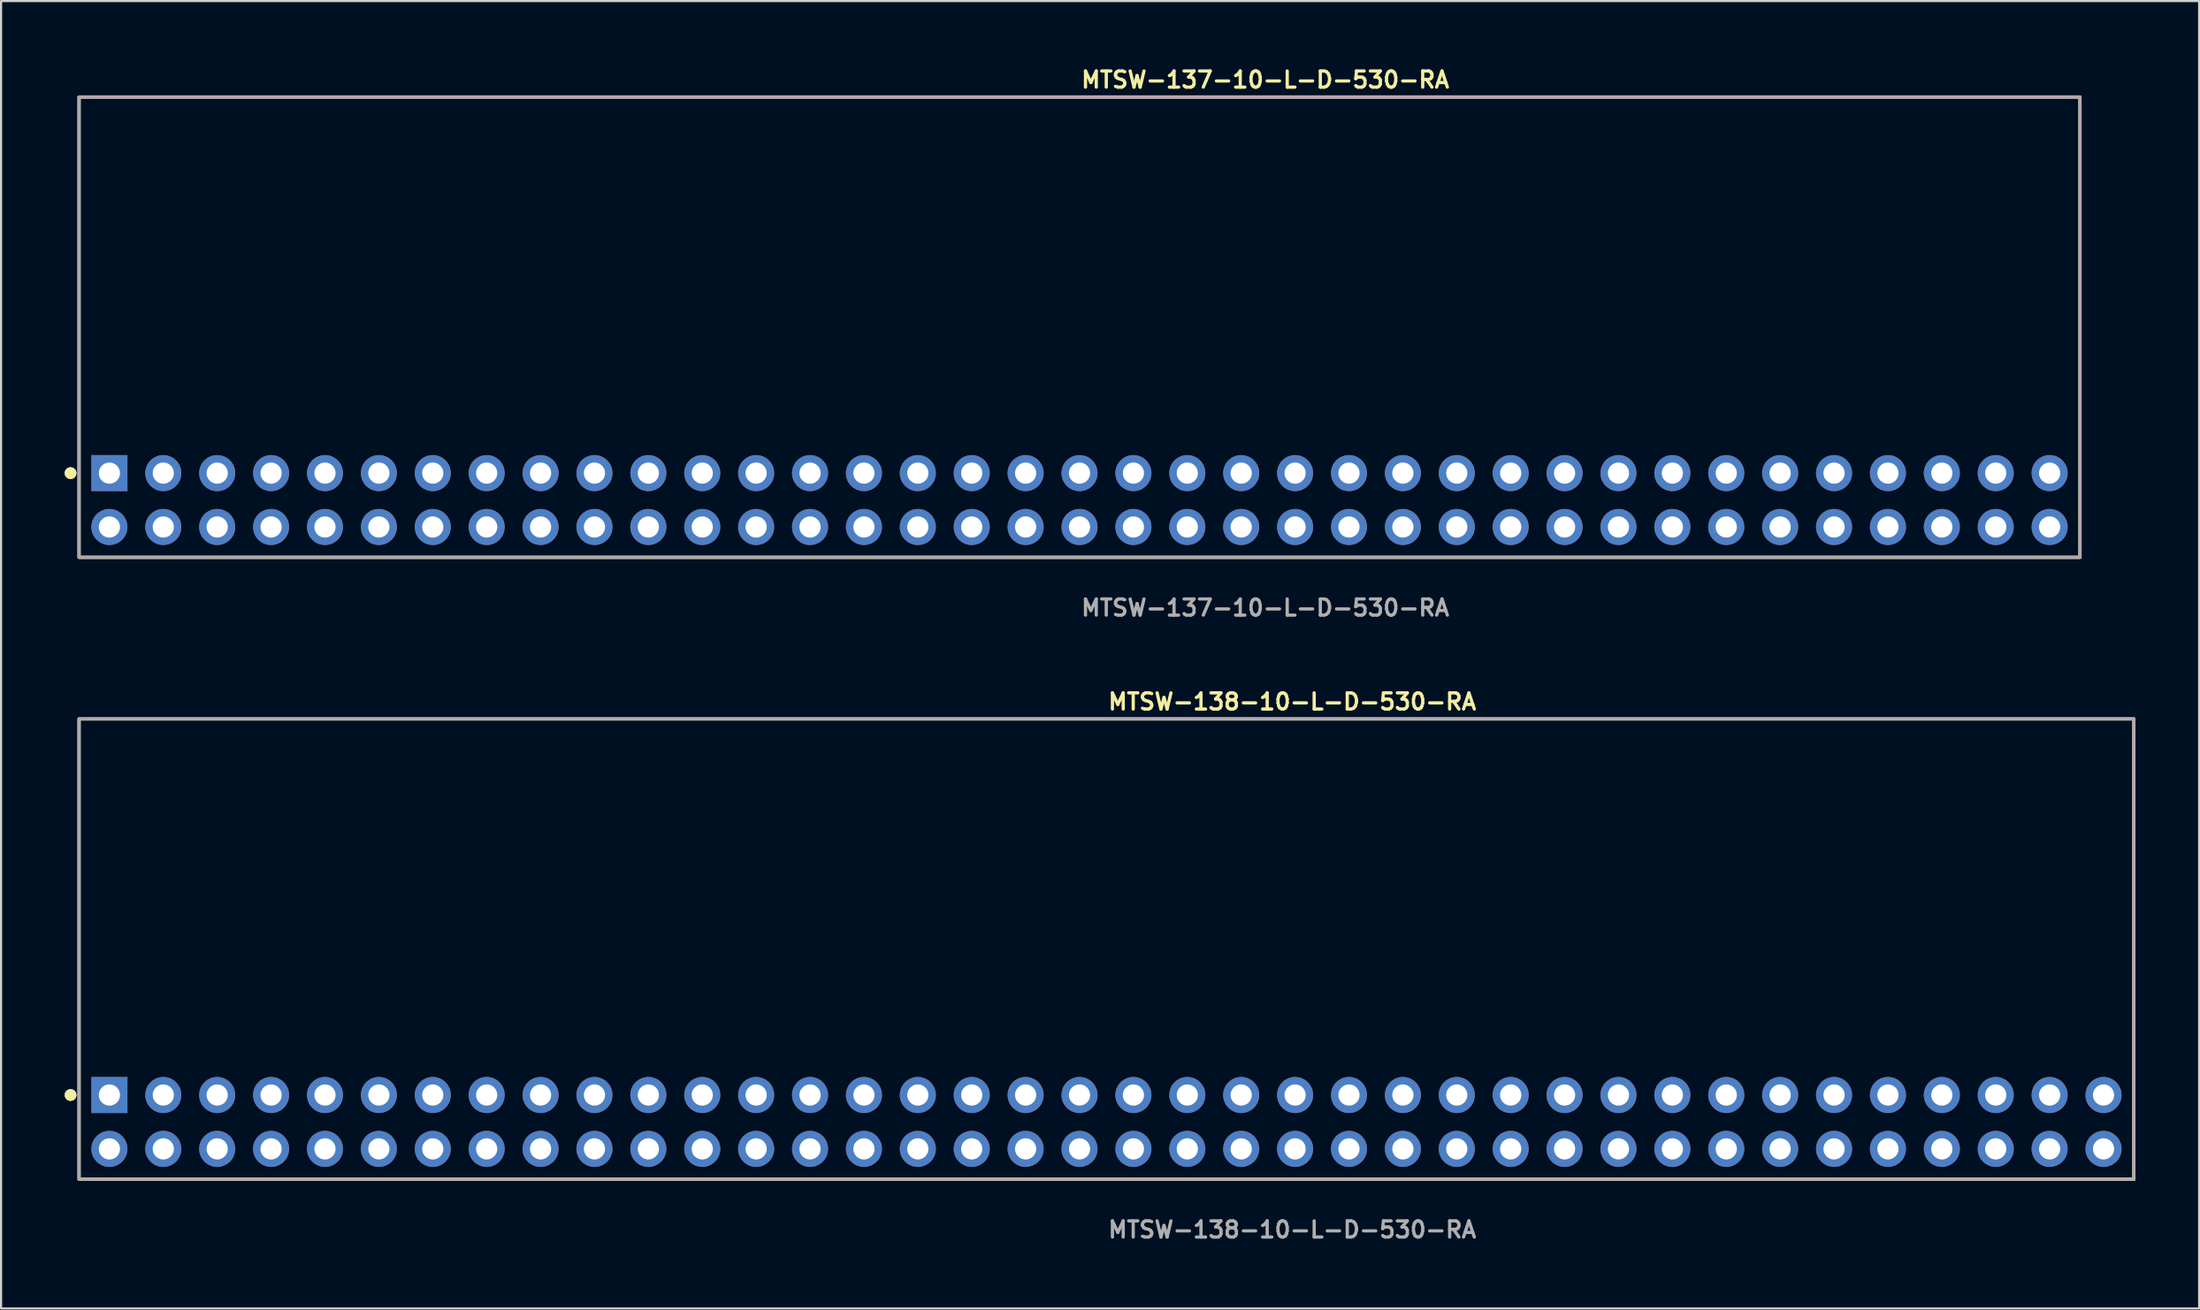
<source format=kicad_pcb>
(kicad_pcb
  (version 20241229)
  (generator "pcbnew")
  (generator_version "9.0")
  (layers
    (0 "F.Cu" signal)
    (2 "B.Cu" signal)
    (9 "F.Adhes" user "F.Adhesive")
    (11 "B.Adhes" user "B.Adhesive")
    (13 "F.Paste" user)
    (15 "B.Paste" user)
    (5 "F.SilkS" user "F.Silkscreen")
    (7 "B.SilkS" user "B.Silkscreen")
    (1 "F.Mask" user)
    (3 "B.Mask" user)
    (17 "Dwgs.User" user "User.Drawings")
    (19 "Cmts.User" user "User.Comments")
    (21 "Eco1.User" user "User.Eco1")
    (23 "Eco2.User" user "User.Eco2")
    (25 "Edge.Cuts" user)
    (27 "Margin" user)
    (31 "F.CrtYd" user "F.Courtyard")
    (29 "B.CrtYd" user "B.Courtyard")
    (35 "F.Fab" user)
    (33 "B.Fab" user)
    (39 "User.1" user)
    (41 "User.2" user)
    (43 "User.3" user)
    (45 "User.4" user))
  (footprint "MTSW-138-10-L-D-530-RA"
    (layer "F.Cu")
    (at 49.096 49.844)
    (property "Reference" "MTSW-138-10-L-D-530-RA" (at 0 -19.812 0) (unlocked yes) (layer "F.SilkS") (effects (font (size 0.762 0.762) (thickness 0.152)) (justify left)))
    (fp_rect (start -48.42 2.7) (end 48.42 -19) (stroke (width 0.152) (type solid)) (fill no) (layer "F.SilkS"))
    (fp_circle (center -48.82 -1.27) (end -49.02 -1.27) (stroke (width 0.152) (type solid)) (fill yes) (layer "F.SilkS"))
    (fp_circle (center -48.82 -1.27) (end -49.02 -1.27) (stroke (width 0.152) (type solid)) (fill yes) (layer "F.SilkS"))
    (fp_rect (start -48.42 2.7) (end 48.42 -19) (stroke (width 0.006) (type solid)) (fill no) (layer "F.CrtYd"))
    (fp_rect (start -48.42 2.7) (end 48.42 -19) (stroke (width 0.152) (type solid)) (fill no) (layer "F.Fab"))
    (fp_text user "${REFERENCE}" (at 0 5.08 0) (unlocked yes) (layer "F.Fab") (effects (font (size 0.762 0.762) (thickness 0.152)) (justify left)))
    (pad "1" thru_hole rect (at -46.99 -1.27) (size 1.7 1.7) (drill 1) (layers "*.Cu" "*.Mask"))
    (pad "2" thru_hole circle (at -46.99 1.27) (size 1.7 1.7) (drill 1) (layers "*.Cu" "*.Mask"))
    (pad "3" thru_hole circle (at -44.45 -1.27) (size 1.7 1.7) (drill 1) (layers "*.Cu" "*.Mask"))
    (pad "4" thru_hole circle (at -44.45 1.27) (size 1.7 1.7) (drill 1) (layers "*.Cu" "*.Mask"))
    (pad "5" thru_hole circle (at -41.91 -1.27) (size 1.7 1.7) (drill 1) (layers "*.Cu" "*.Mask"))
    (pad "6" thru_hole circle (at -41.91 1.27) (size 1.7 1.7) (drill 1) (layers "*.Cu" "*.Mask"))
    (pad "7" thru_hole circle (at -39.37 -1.27) (size 1.7 1.7) (drill 1) (layers "*.Cu" "*.Mask"))
    (pad "8" thru_hole circle (at -39.37 1.27) (size 1.7 1.7) (drill 1) (layers "*.Cu" "*.Mask"))
    (pad "9" thru_hole circle (at -36.83 -1.27) (size 1.7 1.7) (drill 1) (layers "*.Cu" "*.Mask"))
    (pad "10" thru_hole circle (at -36.83 1.27) (size 1.7 1.7) (drill 1) (layers "*.Cu" "*.Mask"))
    (pad "11" thru_hole circle (at -34.29 -1.27) (size 1.7 1.7) (drill 1) (layers "*.Cu" "*.Mask"))
    (pad "12" thru_hole circle (at -34.29 1.27) (size 1.7 1.7) (drill 1) (layers "*.Cu" "*.Mask"))
    (pad "13" thru_hole circle (at -31.75 -1.27) (size 1.7 1.7) (drill 1) (layers "*.Cu" "*.Mask"))
    (pad "14" thru_hole circle (at -31.75 1.27) (size 1.7 1.7) (drill 1) (layers "*.Cu" "*.Mask"))
    (pad "15" thru_hole circle (at -29.21 -1.27) (size 1.7 1.7) (drill 1) (layers "*.Cu" "*.Mask"))
    (pad "16" thru_hole circle (at -29.21 1.27) (size 1.7 1.7) (drill 1) (layers "*.Cu" "*.Mask"))
    (pad "17" thru_hole circle (at -26.67 -1.27) (size 1.7 1.7) (drill 1) (layers "*.Cu" "*.Mask"))
    (pad "18" thru_hole circle (at -26.67 1.27) (size 1.7 1.7) (drill 1) (layers "*.Cu" "*.Mask"))
    (pad "19" thru_hole circle (at -24.13 -1.27) (size 1.7 1.7) (drill 1) (layers "*.Cu" "*.Mask"))
    (pad "20" thru_hole circle (at -24.13 1.27) (size 1.7 1.7) (drill 1) (layers "*.Cu" "*.Mask"))
    (pad "21" thru_hole circle (at -21.59 -1.27) (size 1.7 1.7) (drill 1) (layers "*.Cu" "*.Mask"))
    (pad "22" thru_hole circle (at -21.59 1.27) (size 1.7 1.7) (drill 1) (layers "*.Cu" "*.Mask"))
    (pad "23" thru_hole circle (at -19.05 -1.27) (size 1.7 1.7) (drill 1) (layers "*.Cu" "*.Mask"))
    (pad "24" thru_hole circle (at -19.05 1.27) (size 1.7 1.7) (drill 1) (layers "*.Cu" "*.Mask"))
    (pad "25" thru_hole circle (at -16.51 -1.27) (size 1.7 1.7) (drill 1) (layers "*.Cu" "*.Mask"))
    (pad "26" thru_hole circle (at -16.51 1.27) (size 1.7 1.7) (drill 1) (layers "*.Cu" "*.Mask"))
    (pad "27" thru_hole circle (at -13.97 -1.27) (size 1.7 1.7) (drill 1) (layers "*.Cu" "*.Mask"))
    (pad "28" thru_hole circle (at -13.97 1.27) (size 1.7 1.7) (drill 1) (layers "*.Cu" "*.Mask"))
    (pad "29" thru_hole circle (at -11.43 -1.27) (size 1.7 1.7) (drill 1) (layers "*.Cu" "*.Mask"))
    (pad "30" thru_hole circle (at -11.43 1.27) (size 1.7 1.7) (drill 1) (layers "*.Cu" "*.Mask"))
    (pad "31" thru_hole circle (at -8.89 -1.27) (size 1.7 1.7) (drill 1) (layers "*.Cu" "*.Mask"))
    (pad "32" thru_hole circle (at -8.89 1.27) (size 1.7 1.7) (drill 1) (layers "*.Cu" "*.Mask"))
    (pad "33" thru_hole circle (at -6.35 -1.27) (size 1.7 1.7) (drill 1) (layers "*.Cu" "*.Mask"))
    (pad "34" thru_hole circle (at -6.35 1.27) (size 1.7 1.7) (drill 1) (layers "*.Cu" "*.Mask"))
    (pad "35" thru_hole circle (at -3.81 -1.27) (size 1.7 1.7) (drill 1) (layers "*.Cu" "*.Mask"))
    (pad "36" thru_hole circle (at -3.81 1.27) (size 1.7 1.7) (drill 1) (layers "*.Cu" "*.Mask"))
    (pad "37" thru_hole circle (at -1.27 -1.27) (size 1.7 1.7) (drill 1) (layers "*.Cu" "*.Mask"))
    (pad "38" thru_hole circle (at -1.27 1.27) (size 1.7 1.7) (drill 1) (layers "*.Cu" "*.Mask"))
    (pad "39" thru_hole circle (at 1.27 -1.27) (size 1.7 1.7) (drill 1) (layers "*.Cu" "*.Mask"))
    (pad "40" thru_hole circle (at 1.27 1.27) (size 1.7 1.7) (drill 1) (layers "*.Cu" "*.Mask"))
    (pad "41" thru_hole circle (at 3.81 -1.27) (size 1.7 1.7) (drill 1) (layers "*.Cu" "*.Mask"))
    (pad "42" thru_hole circle (at 3.81 1.27) (size 1.7 1.7) (drill 1) (layers "*.Cu" "*.Mask"))
    (pad "43" thru_hole circle (at 6.35 -1.27) (size 1.7 1.7) (drill 1) (layers "*.Cu" "*.Mask"))
    (pad "44" thru_hole circle (at 6.35 1.27) (size 1.7 1.7) (drill 1) (layers "*.Cu" "*.Mask"))
    (pad "45" thru_hole circle (at 8.89 -1.27) (size 1.7 1.7) (drill 1) (layers "*.Cu" "*.Mask"))
    (pad "46" thru_hole circle (at 8.89 1.27) (size 1.7 1.7) (drill 1) (layers "*.Cu" "*.Mask"))
    (pad "47" thru_hole circle (at 11.43 -1.27) (size 1.7 1.7) (drill 1) (layers "*.Cu" "*.Mask"))
    (pad "48" thru_hole circle (at 11.43 1.27) (size 1.7 1.7) (drill 1) (layers "*.Cu" "*.Mask"))
    (pad "49" thru_hole circle (at 13.97 -1.27) (size 1.7 1.7) (drill 1) (layers "*.Cu" "*.Mask"))
    (pad "50" thru_hole circle (at 13.97 1.27) (size 1.7 1.7) (drill 1) (layers "*.Cu" "*.Mask"))
    (pad "51" thru_hole circle (at 16.51 -1.27) (size 1.7 1.7) (drill 1) (layers "*.Cu" "*.Mask"))
    (pad "52" thru_hole circle (at 16.51 1.27) (size 1.7 1.7) (drill 1) (layers "*.Cu" "*.Mask"))
    (pad "53" thru_hole circle (at 19.05 -1.27) (size 1.7 1.7) (drill 1) (layers "*.Cu" "*.Mask"))
    (pad "54" thru_hole circle (at 19.05 1.27) (size 1.7 1.7) (drill 1) (layers "*.Cu" "*.Mask"))
    (pad "55" thru_hole circle (at 21.59 -1.27) (size 1.7 1.7) (drill 1) (layers "*.Cu" "*.Mask"))
    (pad "56" thru_hole circle (at 21.59 1.27) (size 1.7 1.7) (drill 1) (layers "*.Cu" "*.Mask"))
    (pad "57" thru_hole circle (at 24.13 -1.27) (size 1.7 1.7) (drill 1) (layers "*.Cu" "*.Mask"))
    (pad "58" thru_hole circle (at 24.13 1.27) (size 1.7 1.7) (drill 1) (layers "*.Cu" "*.Mask"))
    (pad "59" thru_hole circle (at 26.67 -1.27) (size 1.7 1.7) (drill 1) (layers "*.Cu" "*.Mask"))
    (pad "60" thru_hole circle (at 26.67 1.27) (size 1.7 1.7) (drill 1) (layers "*.Cu" "*.Mask"))
    (pad "61" thru_hole circle (at 29.21 -1.27) (size 1.7 1.7) (drill 1) (layers "*.Cu" "*.Mask"))
    (pad "62" thru_hole circle (at 29.21 1.27) (size 1.7 1.7) (drill 1) (layers "*.Cu" "*.Mask"))
    (pad "63" thru_hole circle (at 31.75 -1.27) (size 1.7 1.7) (drill 1) (layers "*.Cu" "*.Mask"))
    (pad "64" thru_hole circle (at 31.75 1.27) (size 1.7 1.7) (drill 1) (layers "*.Cu" "*.Mask"))
    (pad "65" thru_hole circle (at 34.29 -1.27) (size 1.7 1.7) (drill 1) (layers "*.Cu" "*.Mask"))
    (pad "66" thru_hole circle (at 34.29 1.27) (size 1.7 1.7) (drill 1) (layers "*.Cu" "*.Mask"))
    (pad "67" thru_hole circle (at 36.83 -1.27) (size 1.7 1.7) (drill 1) (layers "*.Cu" "*.Mask"))
    (pad "68" thru_hole circle (at 36.83 1.27) (size 1.7 1.7) (drill 1) (layers "*.Cu" "*.Mask"))
    (pad "69" thru_hole circle (at 39.37 -1.27) (size 1.7 1.7) (drill 1) (layers "*.Cu" "*.Mask"))
    (pad "70" thru_hole circle (at 39.37 1.27) (size 1.7 1.7) (drill 1) (layers "*.Cu" "*.Mask"))
    (pad "71" thru_hole circle (at 41.91 -1.27) (size 1.7 1.7) (drill 1) (layers "*.Cu" "*.Mask"))
    (pad "72" thru_hole circle (at 41.91 1.27) (size 1.7 1.7) (drill 1) (layers "*.Cu" "*.Mask"))
    (pad "73" thru_hole circle (at 44.45 -1.27) (size 1.7 1.7) (drill 1) (layers "*.Cu" "*.Mask"))
    (pad "74" thru_hole circle (at 44.45 1.27) (size 1.7 1.7) (drill 1) (layers "*.Cu" "*.Mask"))
    (pad "75" thru_hole circle (at 46.99 -1.27) (size 1.7 1.7) (drill 1) (layers "*.Cu" "*.Mask"))
    (pad "76" thru_hole circle (at 46.99 1.27) (size 1.7 1.7) (drill 1) (layers "*.Cu" "*.Mask")))
  (footprint "MTSW-137-10-L-D-530-RA"
    (layer "F.Cu")
    (at 47.826 20.525)
    (property "Reference" "MTSW-137-10-L-D-530-RA" (at 0 -19.812 0) (unlocked yes) (layer "F.SilkS") (effects (font (size 0.762 0.762) (thickness 0.152)) (justify left)))
    (fp_rect (start -47.15 2.7) (end 47.15 -19) (stroke (width 0.152) (type solid)) (fill no) (layer "F.SilkS"))
    (fp_circle (center -47.55 -1.27) (end -47.75 -1.27) (stroke (width 0.152) (type solid)) (fill yes) (layer "F.SilkS"))
    (fp_circle (center -47.55 -1.27) (end -47.75 -1.27) (stroke (width 0.152) (type solid)) (fill yes) (layer "F.SilkS"))
    (fp_rect (start -47.15 2.7) (end 47.15 -19) (stroke (width 0.006) (type solid)) (fill no) (layer "F.CrtYd"))
    (fp_rect (start -47.15 2.7) (end 47.15 -19) (stroke (width 0.152) (type solid)) (fill no) (layer "F.Fab"))
    (fp_text user "${REFERENCE}" (at 0 5.08 0) (unlocked yes) (layer "F.Fab") (effects (font (size 0.762 0.762) (thickness 0.152)) (justify left)))
    (pad "1" thru_hole rect (at -45.72 -1.27) (size 1.7 1.7) (drill 1) (layers "*.Cu" "*.Mask"))
    (pad "2" thru_hole circle (at -45.72 1.27) (size 1.7 1.7) (drill 1) (layers "*.Cu" "*.Mask"))
    (pad "3" thru_hole circle (at -43.18 -1.27) (size 1.7 1.7) (drill 1) (layers "*.Cu" "*.Mask"))
    (pad "4" thru_hole circle (at -43.18 1.27) (size 1.7 1.7) (drill 1) (layers "*.Cu" "*.Mask"))
    (pad "5" thru_hole circle (at -40.64 -1.27) (size 1.7 1.7) (drill 1) (layers "*.Cu" "*.Mask"))
    (pad "6" thru_hole circle (at -40.64 1.27) (size 1.7 1.7) (drill 1) (layers "*.Cu" "*.Mask"))
    (pad "7" thru_hole circle (at -38.1 -1.27) (size 1.7 1.7) (drill 1) (layers "*.Cu" "*.Mask"))
    (pad "8" thru_hole circle (at -38.1 1.27) (size 1.7 1.7) (drill 1) (layers "*.Cu" "*.Mask"))
    (pad "9" thru_hole circle (at -35.56 -1.27) (size 1.7 1.7) (drill 1) (layers "*.Cu" "*.Mask"))
    (pad "10" thru_hole circle (at -35.56 1.27) (size 1.7 1.7) (drill 1) (layers "*.Cu" "*.Mask"))
    (pad "11" thru_hole circle (at -33.02 -1.27) (size 1.7 1.7) (drill 1) (layers "*.Cu" "*.Mask"))
    (pad "12" thru_hole circle (at -33.02 1.27) (size 1.7 1.7) (drill 1) (layers "*.Cu" "*.Mask"))
    (pad "13" thru_hole circle (at -30.48 -1.27) (size 1.7 1.7) (drill 1) (layers "*.Cu" "*.Mask"))
    (pad "14" thru_hole circle (at -30.48 1.27) (size 1.7 1.7) (drill 1) (layers "*.Cu" "*.Mask"))
    (pad "15" thru_hole circle (at -27.94 -1.27) (size 1.7 1.7) (drill 1) (layers "*.Cu" "*.Mask"))
    (pad "16" thru_hole circle (at -27.94 1.27) (size 1.7 1.7) (drill 1) (layers "*.Cu" "*.Mask"))
    (pad "17" thru_hole circle (at -25.4 -1.27) (size 1.7 1.7) (drill 1) (layers "*.Cu" "*.Mask"))
    (pad "18" thru_hole circle (at -25.4 1.27) (size 1.7 1.7) (drill 1) (layers "*.Cu" "*.Mask"))
    (pad "19" thru_hole circle (at -22.86 -1.27) (size 1.7 1.7) (drill 1) (layers "*.Cu" "*.Mask"))
    (pad "20" thru_hole circle (at -22.86 1.27) (size 1.7 1.7) (drill 1) (layers "*.Cu" "*.Mask"))
    (pad "21" thru_hole circle (at -20.32 -1.27) (size 1.7 1.7) (drill 1) (layers "*.Cu" "*.Mask"))
    (pad "22" thru_hole circle (at -20.32 1.27) (size 1.7 1.7) (drill 1) (layers "*.Cu" "*.Mask"))
    (pad "23" thru_hole circle (at -17.78 -1.27) (size 1.7 1.7) (drill 1) (layers "*.Cu" "*.Mask"))
    (pad "24" thru_hole circle (at -17.78 1.27) (size 1.7 1.7) (drill 1) (layers "*.Cu" "*.Mask"))
    (pad "25" thru_hole circle (at -15.24 -1.27) (size 1.7 1.7) (drill 1) (layers "*.Cu" "*.Mask"))
    (pad "26" thru_hole circle (at -15.24 1.27) (size 1.7 1.7) (drill 1) (layers "*.Cu" "*.Mask"))
    (pad "27" thru_hole circle (at -12.7 -1.27) (size 1.7 1.7) (drill 1) (layers "*.Cu" "*.Mask"))
    (pad "28" thru_hole circle (at -12.7 1.27) (size 1.7 1.7) (drill 1) (layers "*.Cu" "*.Mask"))
    (pad "29" thru_hole circle (at -10.16 -1.27) (size 1.7 1.7) (drill 1) (layers "*.Cu" "*.Mask"))
    (pad "30" thru_hole circle (at -10.16 1.27) (size 1.7 1.7) (drill 1) (layers "*.Cu" "*.Mask"))
    (pad "31" thru_hole circle (at -7.62 -1.27) (size 1.7 1.7) (drill 1) (layers "*.Cu" "*.Mask"))
    (pad "32" thru_hole circle (at -7.62 1.27) (size 1.7 1.7) (drill 1) (layers "*.Cu" "*.Mask"))
    (pad "33" thru_hole circle (at -5.08 -1.27) (size 1.7 1.7) (drill 1) (layers "*.Cu" "*.Mask"))
    (pad "34" thru_hole circle (at -5.08 1.27) (size 1.7 1.7) (drill 1) (layers "*.Cu" "*.Mask"))
    (pad "35" thru_hole circle (at -2.54 -1.27) (size 1.7 1.7) (drill 1) (layers "*.Cu" "*.Mask"))
    (pad "36" thru_hole circle (at -2.54 1.27) (size 1.7 1.7) (drill 1) (layers "*.Cu" "*.Mask"))
    (pad "37" thru_hole circle (at 0 -1.27) (size 1.7 1.7) (drill 1) (layers "*.Cu" "*.Mask"))
    (pad "38" thru_hole circle (at 0 1.27) (size 1.7 1.7) (drill 1) (layers "*.Cu" "*.Mask"))
    (pad "39" thru_hole circle (at 2.54 -1.27) (size 1.7 1.7) (drill 1) (layers "*.Cu" "*.Mask"))
    (pad "40" thru_hole circle (at 2.54 1.27) (size 1.7 1.7) (drill 1) (layers "*.Cu" "*.Mask"))
    (pad "41" thru_hole circle (at 5.08 -1.27) (size 1.7 1.7) (drill 1) (layers "*.Cu" "*.Mask"))
    (pad "42" thru_hole circle (at 5.08 1.27) (size 1.7 1.7) (drill 1) (layers "*.Cu" "*.Mask"))
    (pad "43" thru_hole circle (at 7.62 -1.27) (size 1.7 1.7) (drill 1) (layers "*.Cu" "*.Mask"))
    (pad "44" thru_hole circle (at 7.62 1.27) (size 1.7 1.7) (drill 1) (layers "*.Cu" "*.Mask"))
    (pad "45" thru_hole circle (at 10.16 -1.27) (size 1.7 1.7) (drill 1) (layers "*.Cu" "*.Mask"))
    (pad "46" thru_hole circle (at 10.16 1.27) (size 1.7 1.7) (drill 1) (layers "*.Cu" "*.Mask"))
    (pad "47" thru_hole circle (at 12.7 -1.27) (size 1.7 1.7) (drill 1) (layers "*.Cu" "*.Mask"))
    (pad "48" thru_hole circle (at 12.7 1.27) (size 1.7 1.7) (drill 1) (layers "*.Cu" "*.Mask"))
    (pad "49" thru_hole circle (at 15.24 -1.27) (size 1.7 1.7) (drill 1) (layers "*.Cu" "*.Mask"))
    (pad "50" thru_hole circle (at 15.24 1.27) (size 1.7 1.7) (drill 1) (layers "*.Cu" "*.Mask"))
    (pad "51" thru_hole circle (at 17.78 -1.27) (size 1.7 1.7) (drill 1) (layers "*.Cu" "*.Mask"))
    (pad "52" thru_hole circle (at 17.78 1.27) (size 1.7 1.7) (drill 1) (layers "*.Cu" "*.Mask"))
    (pad "53" thru_hole circle (at 20.32 -1.27) (size 1.7 1.7) (drill 1) (layers "*.Cu" "*.Mask"))
    (pad "54" thru_hole circle (at 20.32 1.27) (size 1.7 1.7) (drill 1) (layers "*.Cu" "*.Mask"))
    (pad "55" thru_hole circle (at 22.86 -1.27) (size 1.7 1.7) (drill 1) (layers "*.Cu" "*.Mask"))
    (pad "56" thru_hole circle (at 22.86 1.27) (size 1.7 1.7) (drill 1) (layers "*.Cu" "*.Mask"))
    (pad "57" thru_hole circle (at 25.4 -1.27) (size 1.7 1.7) (drill 1) (layers "*.Cu" "*.Mask"))
    (pad "58" thru_hole circle (at 25.4 1.27) (size 1.7 1.7) (drill 1) (layers "*.Cu" "*.Mask"))
    (pad "59" thru_hole circle (at 27.94 -1.27) (size 1.7 1.7) (drill 1) (layers "*.Cu" "*.Mask"))
    (pad "60" thru_hole circle (at 27.94 1.27) (size 1.7 1.7) (drill 1) (layers "*.Cu" "*.Mask"))
    (pad "61" thru_hole circle (at 30.48 -1.27) (size 1.7 1.7) (drill 1) (layers "*.Cu" "*.Mask"))
    (pad "62" thru_hole circle (at 30.48 1.27) (size 1.7 1.7) (drill 1) (layers "*.Cu" "*.Mask"))
    (pad "63" thru_hole circle (at 33.02 -1.27) (size 1.7 1.7) (drill 1) (layers "*.Cu" "*.Mask"))
    (pad "64" thru_hole circle (at 33.02 1.27) (size 1.7 1.7) (drill 1) (layers "*.Cu" "*.Mask"))
    (pad "65" thru_hole circle (at 35.56 -1.27) (size 1.7 1.7) (drill 1) (layers "*.Cu" "*.Mask"))
    (pad "66" thru_hole circle (at 35.56 1.27) (size 1.7 1.7) (drill 1) (layers "*.Cu" "*.Mask"))
    (pad "67" thru_hole circle (at 38.1 -1.27) (size 1.7 1.7) (drill 1) (layers "*.Cu" "*.Mask"))
    (pad "68" thru_hole circle (at 38.1 1.27) (size 1.7 1.7) (drill 1) (layers "*.Cu" "*.Mask"))
    (pad "69" thru_hole circle (at 40.64 -1.27) (size 1.7 1.7) (drill 1) (layers "*.Cu" "*.Mask"))
    (pad "70" thru_hole circle (at 40.64 1.27) (size 1.7 1.7) (drill 1) (layers "*.Cu" "*.Mask"))
    (pad "71" thru_hole circle (at 43.18 -1.27) (size 1.7 1.7) (drill 1) (layers "*.Cu" "*.Mask"))
    (pad "72" thru_hole circle (at 43.18 1.27) (size 1.7 1.7) (drill 1) (layers "*.Cu" "*.Mask"))
    (pad "73" thru_hole circle (at 45.72 -1.27) (size 1.7 1.7) (drill 1) (layers "*.Cu" "*.Mask"))
    (pad "74" thru_hole circle (at 45.72 1.27) (size 1.7 1.7) (drill 1) (layers "*.Cu" "*.Mask")))
  (gr_rect
    (start -3 -3)
    (end 100.592 58.637)
    (stroke (width 0.1) (type default))
    (fill no)
    (layer "Edge.Cuts")))
</source>
